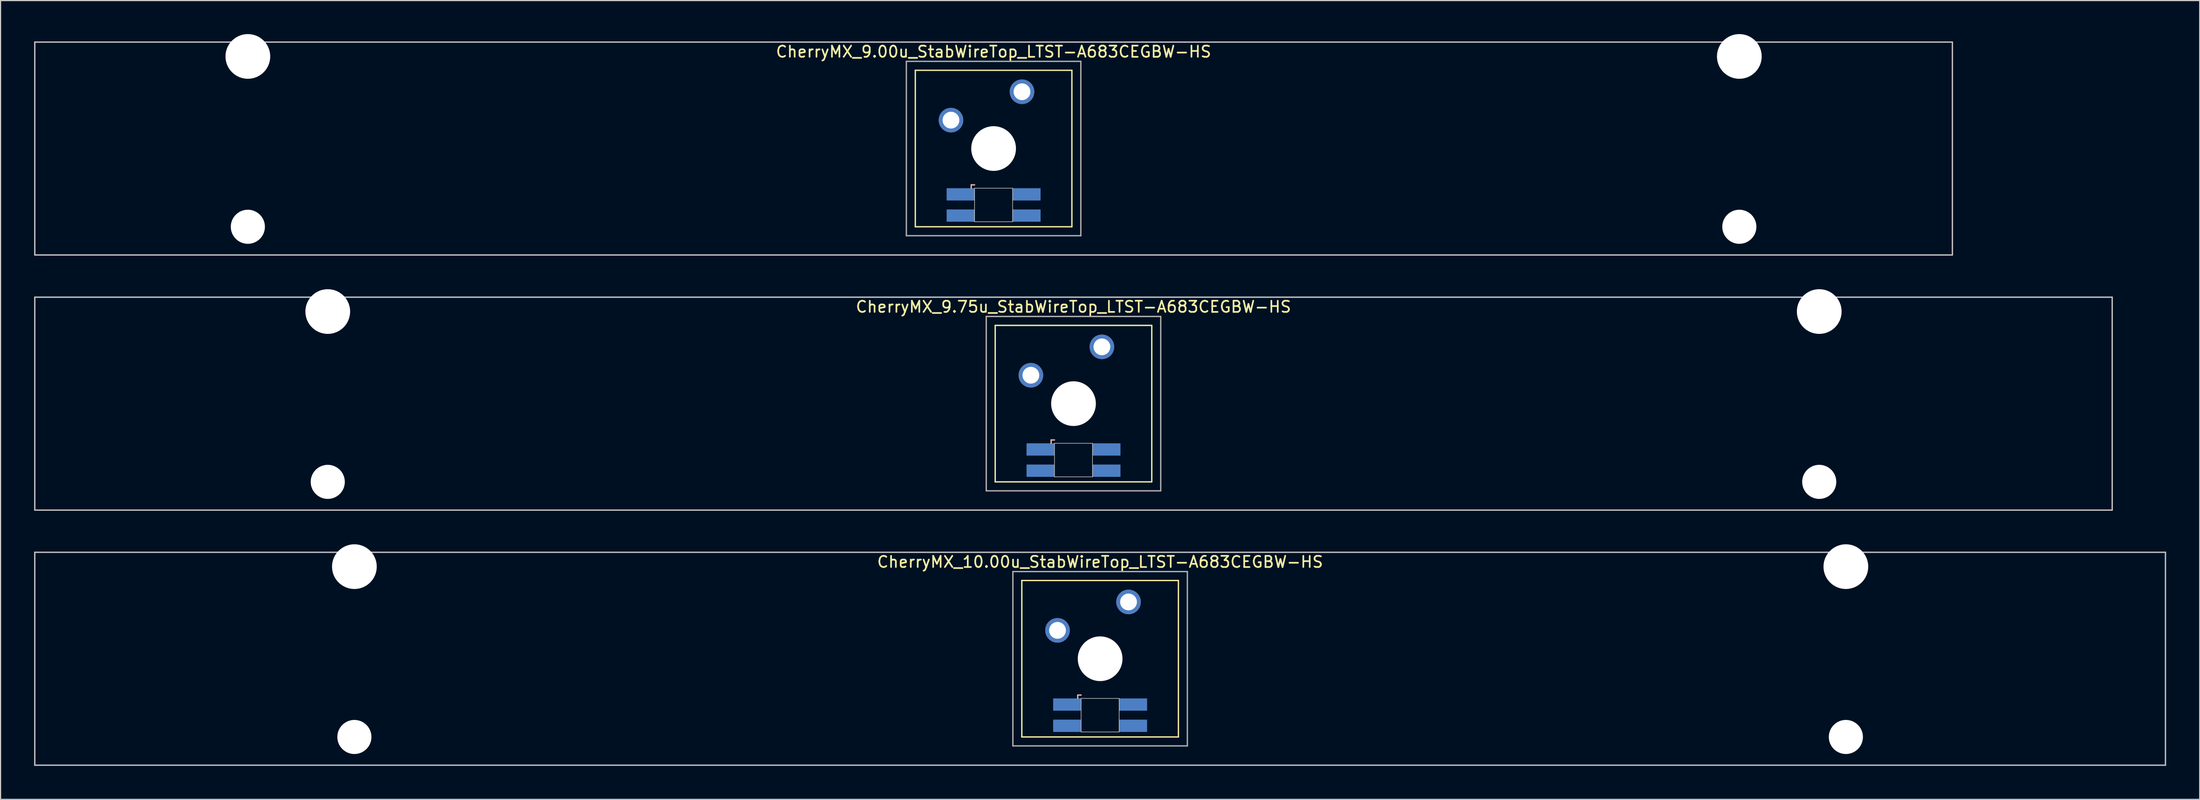
<source format=kicad_pcb>
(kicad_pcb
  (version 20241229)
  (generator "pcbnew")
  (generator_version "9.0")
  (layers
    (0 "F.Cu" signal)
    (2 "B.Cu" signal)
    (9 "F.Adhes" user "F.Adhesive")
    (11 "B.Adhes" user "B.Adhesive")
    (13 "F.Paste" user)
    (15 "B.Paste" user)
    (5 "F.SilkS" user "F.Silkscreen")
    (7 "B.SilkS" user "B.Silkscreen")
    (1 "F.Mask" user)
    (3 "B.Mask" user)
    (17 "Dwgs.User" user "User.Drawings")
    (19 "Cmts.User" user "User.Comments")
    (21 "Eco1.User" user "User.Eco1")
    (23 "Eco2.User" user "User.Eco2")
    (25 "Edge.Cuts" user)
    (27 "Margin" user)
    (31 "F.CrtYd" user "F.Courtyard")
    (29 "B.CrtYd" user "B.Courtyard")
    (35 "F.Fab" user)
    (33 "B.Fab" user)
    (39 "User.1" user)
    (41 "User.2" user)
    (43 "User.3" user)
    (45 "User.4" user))
  (footprint "CherryMX_9.00u_StabWireTop_LTST-A683CEGBW-HS"
    (layer "F.Cu")
    (at 85.785 10.24)
    (property "Reference" "CherryMX_9.00u_StabWireTop_LTST-A683CEGBW-HS" (at 0 -8.662 0) (layer "F.SilkS") (effects (font (size 1 1) (thickness 0.15))))
    (attr through_hole)
    (fp_line (start -7 -7) (end -7 7) (stroke (width 0.12) (type solid)) (layer "F.SilkS"))
    (fp_line (start -7 -7) (end 7 -7) (stroke (width 0.12) (type solid)) (layer "F.SilkS"))
    (fp_line (start 7 -7) (end 7 7) (stroke (width 0.12) (type solid)) (layer "F.SilkS"))
    (fp_line (start 7 7) (end -7 7) (stroke (width 0.12) (type solid)) (layer "F.SilkS"))
    (fp_line (start -2 3.25) (end -2 3.55) (stroke (width 0.12) (type solid)) (layer "B.SilkS"))
    (fp_line (start -1.7 3.25) (end -2 3.25) (stroke (width 0.12) (type solid)) (layer "B.SilkS"))
    (fp_line (start -85.725 -9.525) (end 85.725 -9.525) (stroke (width 0.12) (type solid)) (layer "Dwgs.User"))
    (fp_line (start -85.725 9.525) (end -85.725 -9.525) (stroke (width 0.12) (type solid)) (layer "Dwgs.User"))
    (fp_line (start 85.725 -9.525) (end 85.725 9.525) (stroke (width 0.12) (type solid)) (layer "Dwgs.User"))
    (fp_line (start 85.725 9.525) (end -85.725 9.525) (stroke (width 0.12) (type solid)) (layer "Dwgs.User"))
    (fp_line (start -1.7 3.55) (end 1.7 3.55) (stroke (width 0.05) (type solid)) (layer "Edge.Cuts"))
    (fp_line (start -1.7 6.55) (end -1.7 3.55) (stroke (width 0.05) (type solid)) (layer "Edge.Cuts"))
    (fp_line (start 1.7 3.55) (end 1.7 6.55) (stroke (width 0.05) (type solid)) (layer "Edge.Cuts"))
    (fp_line (start 1.7 6.55) (end -1.7 6.55) (stroke (width 0.05) (type solid)) (layer "Edge.Cuts"))
    (fp_line (start -7.8 -7.8) (end -7.8 7.8) (stroke (width 0.12) (type solid)) (layer "F.Fab"))
    (fp_line (start -7.8 -7.8) (end 7.8 -7.8) (stroke (width 0.12) (type solid)) (layer "F.Fab"))
    (fp_line (start -7.8 7.8) (end 7.8 7.8) (stroke (width 0.12) (type solid)) (layer "F.Fab"))
    (fp_line (start 7.8 -7.8) (end 7.8 7.8) (stroke (width 0.12) (type solid)) (layer "F.Fab"))
    (pad "" np_thru_hole circle (at -66.675 -8.24) (size 4 4) (drill 4) (layers "*.Cu" "*.Mask"))
    (pad "" np_thru_hole circle (at -66.675 7) (size 3.05 3.05) (drill 3.05) (layers "*.Cu" "*.Mask"))
    (pad "" np_thru_hole circle (at 0 0) (size 4 4) (drill 4) (layers "*.Cu" "*.Mask"))
    (pad "" np_thru_hole circle (at 66.675 -8.24) (size 4 4) (drill 4) (layers "*.Cu" "*.Mask"))
    (pad "" np_thru_hole circle (at 66.675 7) (size 3.05 3.05) (drill 3.05) (layers "*.Cu" "*.Mask"))
    (pad "1" thru_hole circle (at -3.81 -2.54) (size 2.2 2.2) (drill 1.5) (layers "*.Cu" "*.Mask"))
    (pad "2" thru_hole circle (at 2.54 -5.08) (size 2.2 2.2) (drill 1.5) (layers "*.Cu" "*.Mask"))
    (pad "3" smd rect (at -2.95 4.1) (size 2.5 1.1) (layers "B.Cu" "B.Mask" "B.Paste"))
    (pad "4" smd rect (at -2.95 6) (size 2.5 1.1) (layers "B.Cu" "B.Mask" "B.Paste"))
    (pad "5" smd rect (at 2.95 4.1) (size 2.5 1.1) (layers "B.Cu" "B.Mask" "B.Paste"))
    (pad "6" smd rect (at 2.95 6) (size 2.5 1.1) (layers "B.Cu" "B.Mask" "B.Paste")))
  (footprint "CherryMX_10.00u_StabWireTop_LTST-A683CEGBW-HS"
    (layer "F.Cu")
    (at 95.31 55.89)
    (property "Reference" "CherryMX_10.00u_StabWireTop_LTST-A683CEGBW-HS" (at 0 -8.662 0) (layer "F.SilkS") (effects (font (size 1 1) (thickness 0.15))))
    (attr through_hole)
    (fp_line (start -7 -7) (end -7 7) (stroke (width 0.12) (type solid)) (layer "F.SilkS"))
    (fp_line (start -7 -7) (end 7 -7) (stroke (width 0.12) (type solid)) (layer "F.SilkS"))
    (fp_line (start 7 -7) (end 7 7) (stroke (width 0.12) (type solid)) (layer "F.SilkS"))
    (fp_line (start 7 7) (end -7 7) (stroke (width 0.12) (type solid)) (layer "F.SilkS"))
    (fp_line (start -2 3.25) (end -2 3.55) (stroke (width 0.12) (type solid)) (layer "B.SilkS"))
    (fp_line (start -1.7 3.25) (end -2 3.25) (stroke (width 0.12) (type solid)) (layer "B.SilkS"))
    (fp_line (start -95.25 -9.525) (end 95.25 -9.525) (stroke (width 0.12) (type solid)) (layer "Dwgs.User"))
    (fp_line (start -95.25 9.525) (end -95.25 -9.525) (stroke (width 0.12) (type solid)) (layer "Dwgs.User"))
    (fp_line (start 95.25 -9.525) (end 95.25 9.525) (stroke (width 0.12) (type solid)) (layer "Dwgs.User"))
    (fp_line (start 95.25 9.525) (end -95.25 9.525) (stroke (width 0.12) (type solid)) (layer "Dwgs.User"))
    (fp_line (start -1.7 3.55) (end 1.7 3.55) (stroke (width 0.05) (type solid)) (layer "Edge.Cuts"))
    (fp_line (start -1.7 6.55) (end -1.7 3.55) (stroke (width 0.05) (type solid)) (layer "Edge.Cuts"))
    (fp_line (start 1.7 3.55) (end 1.7 6.55) (stroke (width 0.05) (type solid)) (layer "Edge.Cuts"))
    (fp_line (start 1.7 6.55) (end -1.7 6.55) (stroke (width 0.05) (type solid)) (layer "Edge.Cuts"))
    (fp_line (start -7.8 -7.8) (end -7.8 7.8) (stroke (width 0.12) (type solid)) (layer "F.Fab"))
    (fp_line (start -7.8 -7.8) (end 7.8 -7.8) (stroke (width 0.12) (type solid)) (layer "F.Fab"))
    (fp_line (start -7.8 7.8) (end 7.8 7.8) (stroke (width 0.12) (type solid)) (layer "F.Fab"))
    (fp_line (start 7.8 -7.8) (end 7.8 7.8) (stroke (width 0.12) (type solid)) (layer "F.Fab"))
    (pad "" np_thru_hole circle (at -66.675 -8.24) (size 4 4) (drill 4) (layers "*.Cu" "*.Mask"))
    (pad "" np_thru_hole circle (at -66.675 7) (size 3.05 3.05) (drill 3.05) (layers "*.Cu" "*.Mask"))
    (pad "" np_thru_hole circle (at 0 0) (size 4 4) (drill 4) (layers "*.Cu" "*.Mask"))
    (pad "" np_thru_hole circle (at 66.675 -8.24) (size 4 4) (drill 4) (layers "*.Cu" "*.Mask"))
    (pad "" np_thru_hole circle (at 66.675 7) (size 3.05 3.05) (drill 3.05) (layers "*.Cu" "*.Mask"))
    (pad "1" thru_hole circle (at -3.81 -2.54) (size 2.2 2.2) (drill 1.5) (layers "*.Cu" "*.Mask"))
    (pad "2" thru_hole circle (at 2.54 -5.08) (size 2.2 2.2) (drill 1.5) (layers "*.Cu" "*.Mask"))
    (pad "3" smd rect (at -2.95 4.1) (size 2.5 1.1) (layers "B.Cu" "B.Mask" "B.Paste"))
    (pad "4" smd rect (at -2.95 6) (size 2.5 1.1) (layers "B.Cu" "B.Mask" "B.Paste"))
    (pad "5" smd rect (at 2.95 4.1) (size 2.5 1.1) (layers "B.Cu" "B.Mask" "B.Paste"))
    (pad "6" smd rect (at 2.95 6) (size 2.5 1.1) (layers "B.Cu" "B.Mask" "B.Paste")))
  (footprint "CherryMX_9.75u_StabWireTop_LTST-A683CEGBW-HS"
    (layer "F.Cu")
    (at 92.929 33.065)
    (property "Reference" "CherryMX_9.75u_StabWireTop_LTST-A683CEGBW-HS" (at 0 -8.662 0) (layer "F.SilkS") (effects (font (size 1 1) (thickness 0.15))))
    (attr through_hole)
    (fp_line (start -7 -7) (end -7 7) (stroke (width 0.12) (type solid)) (layer "F.SilkS"))
    (fp_line (start -7 -7) (end 7 -7) (stroke (width 0.12) (type solid)) (layer "F.SilkS"))
    (fp_line (start 7 -7) (end 7 7) (stroke (width 0.12) (type solid)) (layer "F.SilkS"))
    (fp_line (start 7 7) (end -7 7) (stroke (width 0.12) (type solid)) (layer "F.SilkS"))
    (fp_line (start -2 3.25) (end -2 3.55) (stroke (width 0.12) (type solid)) (layer "B.SilkS"))
    (fp_line (start -1.7 3.25) (end -2 3.25) (stroke (width 0.12) (type solid)) (layer "B.SilkS"))
    (fp_line (start -92.869 -9.525) (end 92.869 -9.525) (stroke (width 0.12) (type solid)) (layer "Dwgs.User"))
    (fp_line (start -92.869 9.525) (end -92.869 -9.525) (stroke (width 0.12) (type solid)) (layer "Dwgs.User"))
    (fp_line (start 92.869 -9.525) (end 92.869 9.525) (stroke (width 0.12) (type solid)) (layer "Dwgs.User"))
    (fp_line (start 92.869 9.525) (end -92.869 9.525) (stroke (width 0.12) (type solid)) (layer "Dwgs.User"))
    (fp_line (start -1.7 3.55) (end 1.7 3.55) (stroke (width 0.05) (type solid)) (layer "Edge.Cuts"))
    (fp_line (start -1.7 6.55) (end -1.7 3.55) (stroke (width 0.05) (type solid)) (layer "Edge.Cuts"))
    (fp_line (start 1.7 3.55) (end 1.7 6.55) (stroke (width 0.05) (type solid)) (layer "Edge.Cuts"))
    (fp_line (start 1.7 6.55) (end -1.7 6.55) (stroke (width 0.05) (type solid)) (layer "Edge.Cuts"))
    (fp_line (start -7.8 -7.8) (end -7.8 7.8) (stroke (width 0.12) (type solid)) (layer "F.Fab"))
    (fp_line (start -7.8 -7.8) (end 7.8 -7.8) (stroke (width 0.12) (type solid)) (layer "F.Fab"))
    (fp_line (start -7.8 7.8) (end 7.8 7.8) (stroke (width 0.12) (type solid)) (layer "F.Fab"))
    (fp_line (start 7.8 -7.8) (end 7.8 7.8) (stroke (width 0.12) (type solid)) (layer "F.Fab"))
    (pad "" np_thru_hole circle (at -66.675 -8.24) (size 4 4) (drill 4) (layers "*.Cu" "*.Mask"))
    (pad "" np_thru_hole circle (at -66.675 7) (size 3.05 3.05) (drill 3.05) (layers "*.Cu" "*.Mask"))
    (pad "" np_thru_hole circle (at 0 0) (size 4 4) (drill 4) (layers "*.Cu" "*.Mask"))
    (pad "" np_thru_hole circle (at 66.675 -8.24) (size 4 4) (drill 4) (layers "*.Cu" "*.Mask"))
    (pad "" np_thru_hole circle (at 66.675 7) (size 3.05 3.05) (drill 3.05) (layers "*.Cu" "*.Mask"))
    (pad "1" thru_hole circle (at -3.81 -2.54) (size 2.2 2.2) (drill 1.5) (layers "*.Cu" "*.Mask"))
    (pad "2" thru_hole circle (at 2.54 -5.08) (size 2.2 2.2) (drill 1.5) (layers "*.Cu" "*.Mask"))
    (pad "3" smd rect (at -2.95 4.1) (size 2.5 1.1) (layers "B.Cu" "B.Mask" "B.Paste"))
    (pad "4" smd rect (at -2.95 6) (size 2.5 1.1) (layers "B.Cu" "B.Mask" "B.Paste"))
    (pad "5" smd rect (at 2.95 4.1) (size 2.5 1.1) (layers "B.Cu" "B.Mask" "B.Paste"))
    (pad "6" smd rect (at 2.95 6) (size 2.5 1.1) (layers "B.Cu" "B.Mask" "B.Paste")))
  (gr_rect
    (start -3 -3)
    (end 193.62 68.475)
    (stroke (width 0.1) (type default))
    (fill no)
    (layer "Edge.Cuts")))
</source>
